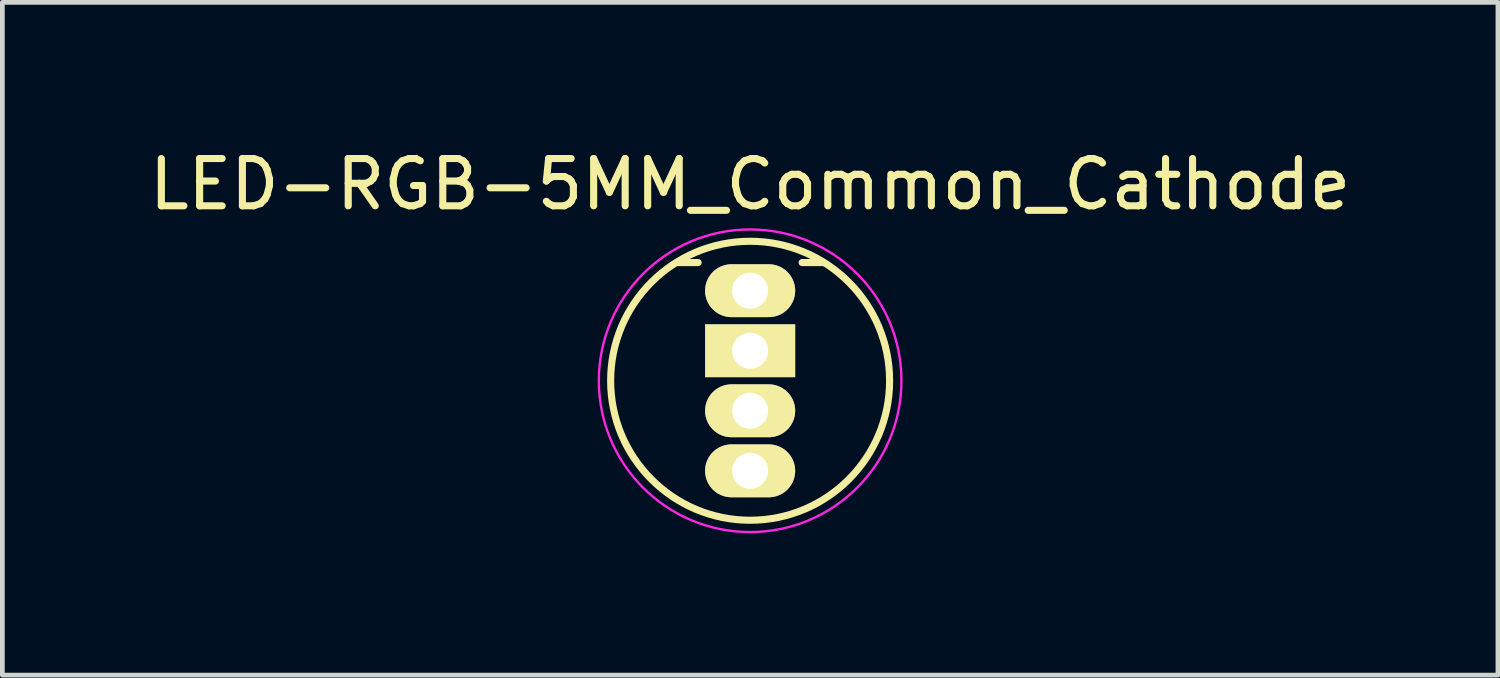
<source format=kicad_pcb>
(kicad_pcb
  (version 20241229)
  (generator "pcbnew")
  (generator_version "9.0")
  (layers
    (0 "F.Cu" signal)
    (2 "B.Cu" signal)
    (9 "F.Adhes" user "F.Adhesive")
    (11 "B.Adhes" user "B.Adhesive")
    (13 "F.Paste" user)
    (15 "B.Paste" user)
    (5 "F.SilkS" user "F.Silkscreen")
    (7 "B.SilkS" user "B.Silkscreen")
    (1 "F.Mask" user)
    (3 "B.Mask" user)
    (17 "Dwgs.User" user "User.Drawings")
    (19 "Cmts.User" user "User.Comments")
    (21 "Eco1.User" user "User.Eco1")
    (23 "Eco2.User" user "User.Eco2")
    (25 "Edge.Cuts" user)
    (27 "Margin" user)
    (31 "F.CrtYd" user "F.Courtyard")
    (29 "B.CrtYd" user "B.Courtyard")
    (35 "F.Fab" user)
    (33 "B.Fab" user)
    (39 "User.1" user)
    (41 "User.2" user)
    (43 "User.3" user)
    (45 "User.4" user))
  (footprint "LED-RGB-5MM_Common_Cathode"
    (layer "F.Cu")
    (at 12.815 3.098)
    (property "Reference" "LED-RGB-5MM_Common_Cathode" (at 0 -2.25 0) (layer "F.SilkS") (effects (font (size 1 1) (thickness 0.15))))
    (attr through_hole)
    (fp_line (start -1.1 -0.595) (end -1.55 -0.595) (stroke (width 0.15) (type solid)) (layer "F.SilkS"))
    (fp_line (start 1.1 -0.595) (end 1.55 -0.595) (stroke (width 0.15) (type solid)) (layer "F.SilkS"))
    (fp_circle (center 0 1.905) (end 2.95 1.905) (stroke (width 0.15) (type solid)) (fill no) (layer "F.SilkS"))
    (fp_circle (center 0 1.905) (end 3.2 1.905) (stroke (width 0.05) (type solid)) (fill no) (layer "F.CrtYd"))
    (pad "1" thru_hole oval (at 0 0) (size 1.905 1.118) (drill 0.762) (layers "*.Cu" "*.Mask" "F.SilkS"))
    (pad "2" thru_hole rect (at 0 1.27) (size 1.905 1.118) (drill 0.762) (layers "*.Cu" "*.Mask" "F.SilkS"))
    (pad "3" thru_hole oval (at 0 2.54) (size 1.905 1.118) (drill 0.762) (layers "*.Cu" "*.Mask" "F.SilkS"))
    (pad "4" thru_hole oval (at 0 3.81) (size 1.905 1.118) (drill 0.762) (layers "*.Cu" "*.Mask" "F.SilkS")))
  (gr_rect
    (start -3 -3)
    (end 28.631 11.228)
    (stroke (width 0.1) (type default))
    (fill no)
    (layer "Edge.Cuts")))
</source>
